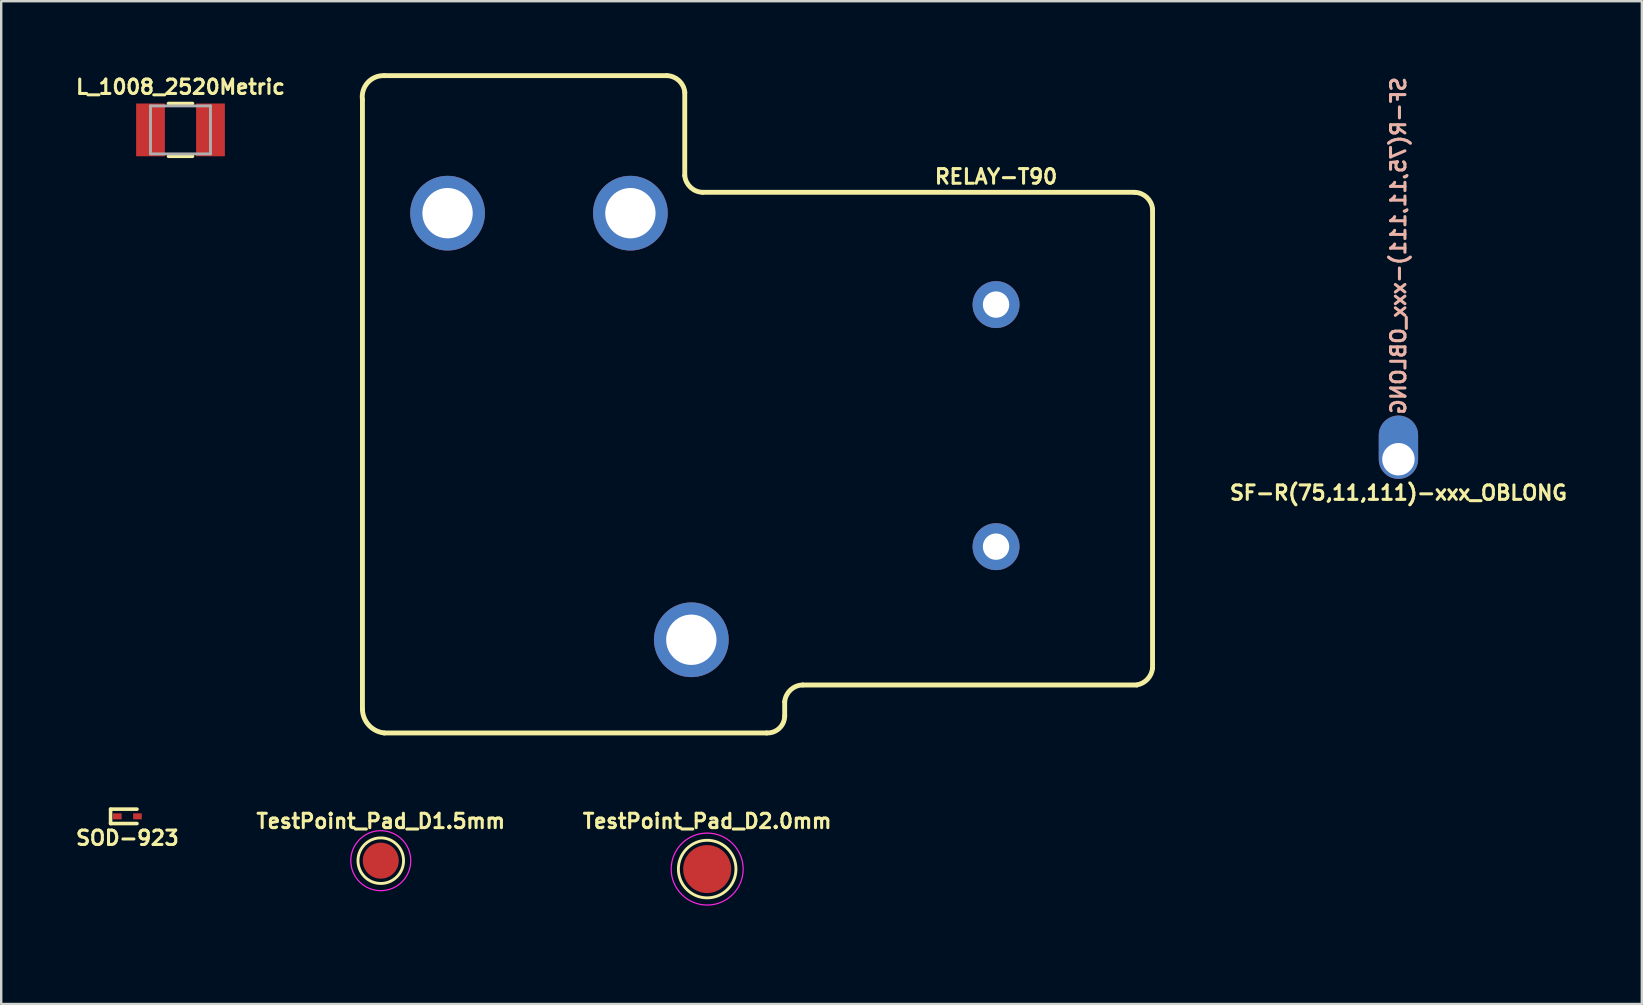
<source format=kicad_pcb>
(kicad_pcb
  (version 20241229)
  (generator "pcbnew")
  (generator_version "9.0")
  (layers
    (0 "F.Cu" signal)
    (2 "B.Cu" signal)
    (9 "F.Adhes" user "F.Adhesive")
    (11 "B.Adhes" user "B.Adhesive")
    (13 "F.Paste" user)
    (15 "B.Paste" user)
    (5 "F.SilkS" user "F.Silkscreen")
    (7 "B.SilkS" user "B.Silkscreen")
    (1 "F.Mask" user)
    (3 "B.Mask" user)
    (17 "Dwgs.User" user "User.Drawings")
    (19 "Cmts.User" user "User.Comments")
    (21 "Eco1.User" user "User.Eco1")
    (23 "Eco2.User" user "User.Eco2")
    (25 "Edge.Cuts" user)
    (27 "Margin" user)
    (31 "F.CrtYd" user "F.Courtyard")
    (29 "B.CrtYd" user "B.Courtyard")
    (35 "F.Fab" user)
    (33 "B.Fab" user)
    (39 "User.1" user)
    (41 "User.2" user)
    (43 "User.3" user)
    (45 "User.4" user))
  (footprint "SF-R(75,11,111)-xxx_OBLONG"
    (layer "F.Cu")
    (at 55.235 16.09)
    (property "Reference" "SF-R(75,11,111)-xxx_OBLONG" (at 0 1.4 0) (layer "F.SilkS") (effects (font (size 0.6 0.6) (thickness 0.127))))
    (property "Value" "SF-R(75,11,111)-xxx_OBLONG" (at 0 -1.8 90) (layer "F.SilkS") (hide yes) (effects (font (size 0.6 0.6) (thickness 0.127)) (justify left)))
    (attr through_hole)
    (fp_text user "${VALUE}" (at 0 -1.8 90) (layer "B.SilkS") (effects (font (size 0.6 0.6) (thickness 0.127)) (justify right mirror)))
    (pad "1" thru_hole oval (at 0 0) (size 1.64 2.64) (drill 1.35 (offset 0 -0.5)) (layers "*.Cu" "*.Mask")))
  (footprint "RELAY-T90"
    (layer "F.Cu")
    (at 38.464 5.835)
    (property "Reference" "RELAY-T90" (at 0 -1.524 0) (layer "F.SilkS") (effects (font (size 0.61 0.61) (thickness 0.127))))
    (attr exclude_from_pos_files exclude_from_bom)
    (fp_line (start -26.408 20.663) (end -26.408 -4.735) (stroke (width 0.203) (type solid)) (layer "F.SilkS"))
    (fp_line (start -25.499 -5.733) (end -13.724 -5.733) (stroke (width 0.203) (type solid)) (layer "F.SilkS"))
    (fp_line (start -12.974 -1.57) (end -12.974 -5.034) (stroke (width 0.203) (type solid)) (layer "F.SilkS"))
    (fp_line (start -12.222 -0.869) (end 5.773 -0.869) (stroke (width 0.203) (type solid)) (layer "F.SilkS"))
    (fp_line (start -9.558 21.664) (end -25.499 21.664) (stroke (width 0.203) (type solid)) (layer "F.SilkS"))
    (fp_line (start -8.809 20.963) (end -8.809 20.363) (stroke (width 0.203) (type solid)) (layer "F.SilkS"))
    (fp_line (start -8.059 19.665) (end 5.872 19.665) (stroke (width 0.203) (type solid)) (layer "F.SilkS"))
    (fp_line (start 6.523 18.964) (end 6.523 -0.168) (stroke (width 0.203) (type solid)) (layer "F.SilkS"))
    (fp_arc (start -26.40838 -4.73456) (mid -26.185767 -5.445636) (end -25.497958 -5.732175) (stroke (width 0.2032) (type solid)) (layer "F.SilkS"))
    (fp_arc (start -25.49906 21.66366) (mid -26.143332 21.337876) (end -26.40882 20.666507) (stroke (width 0.2032) (type solid)) (layer "F.SilkS"))
    (fp_arc (start -13.72362 -5.73278) (mid -13.215447 -5.526235) (end -12.972567 -5.034392) (stroke (width 0.2032) (type solid)) (layer "F.SilkS"))
    (fp_arc (start -12.22248 -0.86868) (mid -12.730653 -1.075225) (end -12.973533 -1.567068) (stroke (width 0.2032) (type solid)) (layer "F.SilkS"))
    (fp_arc (start -8.80872 20.36318) (mid -8.565715 19.870786) (end -8.057084 19.663912) (stroke (width 0.2032) (type solid)) (layer "F.SilkS"))
    (fp_arc (start -8.80872 20.96262) (mid -9.035646 21.47066) (end -9.557736 21.663074) (stroke (width 0.2032) (type solid)) (layer "F.SilkS"))
    (fp_arc (start 5.77342 -0.86868) (mid 6.281593 -0.662135) (end 6.524473 -0.170292) (stroke (width 0.2032) (type solid)) (layer "F.SilkS"))
    (fp_arc (start 6.52272 18.96364) (mid 6.314628 19.420638) (end 5.874039 19.661534) (stroke (width 0.2032) (type solid)) (layer "F.SilkS"))
    (pad "COIL1" thru_hole circle (at 0 3.81) (size 1.956 1.956) (drill 1.1) (layers "*.Cu" "*.Mask"))
    (pad "COIL2" thru_hole circle (at 0 13.899) (size 1.956 1.956) (drill 1.1) (layers "*.Cu" "*.Mask"))
    (pad "MAIN" thru_hole circle (at -12.7 17.78) (size 3.114 3.114) (drill 2.098) (layers "*.Cu" "*.Mask"))
    (pad "NC" thru_hole circle (at -22.86 0) (size 3.114 3.114) (drill 2.098) (layers "*.Cu" "*.Mask"))
    (pad "NO" thru_hole circle (at -15.24 0) (size 3.114 3.114) (drill 2.098) (layers "*.Cu" "*.Mask")))
  (footprint "L_1008_2520Metric"
    (layer "F.Cu")
    (at 4.473 2.364)
    (property "Reference" "L_1008_2520Metric" (at 0 -1.79 0) (layer "F.SilkS") (effects (font (size 0.6 0.6) (thickness 0.127))))
    (attr through_hole)
    (fp_line (start -0.5 -1.1) (end 0.5 -1.1) (stroke (width 0.15) (type solid)) (layer "F.SilkS"))
    (fp_line (start -0.5 1.1) (end 0.5 1.1) (stroke (width 0.15) (type solid)) (layer "F.SilkS"))
    (fp_line (start -1.25 -1) (end -1.25 1) (stroke (width 0.12) (type solid)) (layer "F.Fab"))
    (fp_line (start -1.25 1) (end 1.25 1) (stroke (width 0.12) (type solid)) (layer "F.Fab"))
    (fp_line (start 1.25 -1) (end -1.25 -1) (stroke (width 0.12) (type solid)) (layer "F.Fab"))
    (fp_line (start 1.25 1) (end 1.25 -1) (stroke (width 0.12) (type solid)) (layer "F.Fab"))
    (pad "1" smd trapezoid (at -1.25 0) (size 1.2 2.2) (layers "F.Cu" "F.Mask" "F.Paste"))
    (pad "2" smd trapezoid (at 1.25 0) (size 1.2 2.2) (layers "F.Cu" "F.Mask" "F.Paste")))
  (footprint "SOD-923"
    (layer "F.Cu")
    (at 2.259 30.975)
    (property "Reference" "SOD-923" (at 0 0.9 0) (layer "F.SilkS") (effects (font (size 0.6 0.6) (thickness 0.127))))
    (attr through_hole)
    (fp_line (start -0.7 -0.3) (end 0.4 -0.3) (stroke (width 0.15) (type solid)) (layer "F.SilkS"))
    (fp_line (start -0.7 0.3) (end -0.7 -0.3) (stroke (width 0.15) (type solid)) (layer "F.SilkS"))
    (fp_line (start 0.4 0.3) (end -0.7 0.3) (stroke (width 0.15) (type solid)) (layer "F.SilkS"))
    (pad "1" smd rect (at -0.42 0) (size 0.36 0.25) (layers "F.Cu" "F.Mask" "F.Paste"))
    (pad "2" smd rect (at 0.42 0) (size 0.36 0.25) (layers "F.Cu" "F.Mask" "F.Paste")))
  (footprint "TestPoint_Pad_D2.0mm"
    (layer "F.Cu")
    (at 26.424 33.172)
    (property "Reference" "TestPoint_Pad_D2.0mm" (at 0 -1.998 0) (layer "F.SilkS") (effects (font (size 0.6 0.6) (thickness 0.127))))
    (property "Value" "TestPoint_Pad_D2.0mm" (at 0 2.05 0) (layer "F.Fab") (hide yes) (effects (font (size 0.6 0.6) (thickness 0.127))))
    (attr exclude_from_pos_files exclude_from_bom)
    (fp_circle (center 0 0) (end 0 1.2) (stroke (width 0.12) (type solid)) (fill no) (layer "F.SilkS"))
    (fp_circle (center 0 0) (end 1.5 0) (stroke (width 0.05) (type solid)) (fill no) (layer "F.CrtYd"))
    (fp_text user "${VALUE}" (at 0 2.05 0) (layer "Eco1.User") (effects (font (size 0.6 0.6) (thickness 0.127))))
    (pad "1" smd circle (at 0 0) (size 2 2) (layers "F.Cu" "F.Mask")))
  (footprint "TestPoint_Pad_D1.5mm"
    (layer "F.Cu")
    (at 12.82 32.822)
    (property "Reference" "TestPoint_Pad_D1.5mm" (at 0 -1.648 0) (layer "F.SilkS") (effects (font (size 0.6 0.6) (thickness 0.127))))
    (property "Value" "TestPoint_Pad_D1.5mm" (at 0 1.75 0) (layer "F.SilkS") (hide yes) (effects (font (size 0.6 0.6) (thickness 0.127))))
    (attr exclude_from_pos_files exclude_from_bom)
    (fp_circle (center 0 0) (end 0 0.95) (stroke (width 0.12) (type solid)) (fill no) (layer "F.SilkS"))
    (fp_circle (center 0 0) (end 1.25 0) (stroke (width 0.05) (type solid)) (fill no) (layer "F.CrtYd"))
    (fp_text user "${VALUE}" (at 0 1.75 0) (layer "Eco1.User") (effects (font (size 0.6 0.6) (thickness 0.127))))
    (pad "1" smd circle (at 0 0) (size 1.5 1.5) (layers "F.Cu" "F.Mask")))
  (gr_rect
    (start -3 -3)
    (end 65.38 38.796)
    (stroke (width 0.1) (type default))
    (fill no)
    (layer "Edge.Cuts")))
</source>
